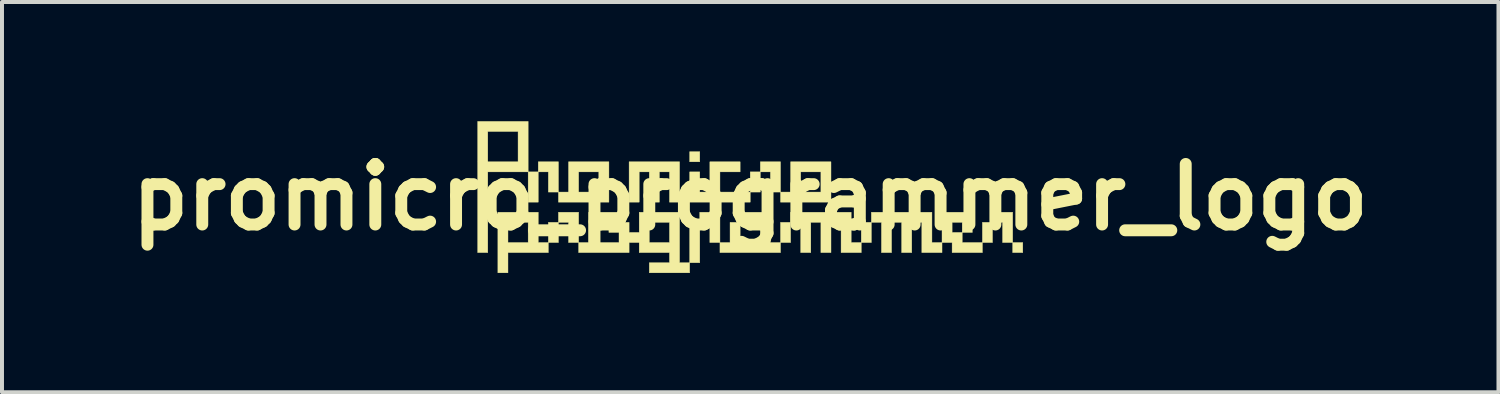
<source format=kicad_pcb>
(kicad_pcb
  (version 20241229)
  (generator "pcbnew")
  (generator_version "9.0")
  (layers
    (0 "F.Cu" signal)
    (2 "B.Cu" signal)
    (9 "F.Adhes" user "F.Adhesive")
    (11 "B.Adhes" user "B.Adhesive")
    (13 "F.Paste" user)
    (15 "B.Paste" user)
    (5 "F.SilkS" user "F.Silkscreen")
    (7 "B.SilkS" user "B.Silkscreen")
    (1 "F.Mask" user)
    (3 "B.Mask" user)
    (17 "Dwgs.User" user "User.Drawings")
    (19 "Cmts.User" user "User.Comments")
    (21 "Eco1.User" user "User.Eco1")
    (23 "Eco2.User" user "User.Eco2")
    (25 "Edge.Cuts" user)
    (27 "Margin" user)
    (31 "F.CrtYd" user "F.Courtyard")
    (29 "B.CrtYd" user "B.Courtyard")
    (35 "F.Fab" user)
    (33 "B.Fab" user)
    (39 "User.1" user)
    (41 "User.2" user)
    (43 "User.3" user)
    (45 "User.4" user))
  (footprint "promicro_programmer_logo"
    (layer "F.Cu")
    (at 15.828 1.91)
    (property "Reference" "promicro_programmer_logo" (at 0 0 0) (layer "F.SilkS") (effects (font (size 1.524 1.524) (thickness 0.3))))
    (attr through_hole)
    (fp_poly (pts (xy -5.334 0.127) (xy -5.588 0.127) (xy -5.588 -0.635) (xy -5.334 -0.635) (xy -5.334 0.127)) (stroke (width 0.01) (type solid)) (fill yes) (layer "F.SilkS"))
    (fp_poly (pts (xy -4.826 1.143) (xy -5.08 1.143) (xy -5.08 0.635) (xy -4.826 0.635) (xy -4.826 1.143)) (stroke (width 0.01) (type solid)) (fill yes) (layer "F.SilkS"))
    (fp_poly (pts (xy -1.27 -0.889) (xy -1.524 -0.889) (xy -1.524 -1.143) (xy -1.27 -1.143) (xy -1.27 -0.889)) (stroke (width 0.01) (type solid)) (fill yes) (layer "F.SilkS"))
    (fp_poly (pts (xy -1.27 1.651) (xy -1.524 1.651) (xy -1.524 0.635) (xy -1.27 0.635) (xy -1.27 1.651)) (stroke (width 0.01) (type solid)) (fill yes) (layer "F.SilkS"))
    (fp_poly (pts (xy 0.254 -0.127) (xy 0 -0.127) (xy 0 -0.635) (xy 0.254 -0.635) (xy 0.254 -0.127)) (stroke (width 0.01) (type solid)) (fill yes) (layer "F.SilkS"))
    (fp_poly (pts (xy 1.016 1.143) (xy 0.762 1.143) (xy 0.762 0.635) (xy 1.016 0.635) (xy 1.016 1.143)) (stroke (width 0.01) (type solid)) (fill yes) (layer "F.SilkS"))
    (fp_poly (pts (xy 3.048 1.143) (xy 2.794 1.143) (xy 2.794 0.635) (xy 3.048 0.635) (xy 3.048 1.143)) (stroke (width 0.01) (type solid)) (fill yes) (layer "F.SilkS"))
    (fp_poly (pts (xy 6.096 1.143) (xy 5.842 1.143) (xy 5.842 0.635) (xy 6.096 0.635) (xy 6.096 1.143)) (stroke (width 0.01) (type solid)) (fill yes) (layer "F.SilkS"))
    (fp_poly (pts (xy 6.858 1.397) (xy 6.604 1.397) (xy 6.604 1.143) (xy 6.858 1.143) (xy 6.858 1.397)) (stroke (width 0.01) (type solid)) (fill yes) (layer "F.SilkS"))
    (fp_poly (pts (xy -5.334 -0.889) (xy -4.826 -0.889) (xy -4.826 -0.127) (xy -5.08 -0.127) (xy -5.08 -0.635) (xy -5.334 -0.635) (xy -5.334 -0.889)) (stroke (width 0.01) (type solid)) (fill yes) (layer "F.SilkS"))
    (fp_poly (pts (xy -4.826 0.381) (xy -4.318 0.381) (xy -4.318 1.143) (xy -4.572 1.143) (xy -4.572 0.635) (xy -4.826 0.635) (xy -4.826 0.381)) (stroke (width 0.01) (type solid)) (fill yes) (layer "F.SilkS"))
    (fp_poly (pts (xy -1.27 0.381) (xy -0.762 0.381) (xy -0.762 1.143) (xy -1.016 1.143) (xy -1.016 0.635) (xy -1.27 0.635) (xy -1.27 0.381)) (stroke (width 0.01) (type solid)) (fill yes) (layer "F.SilkS"))
    (fp_poly (pts (xy 0.254 -0.889) (xy 0.762 -0.889) (xy 0.762 -0.127) (xy 0.508 -0.127) (xy 0.508 -0.635) (xy 0.254 -0.635) (xy 0.254 -0.889)) (stroke (width 0.01) (type solid)) (fill yes) (layer "F.SilkS"))
    (fp_poly (pts (xy 6.096 0.381) (xy 6.604 0.381) (xy 6.604 1.143) (xy 6.35 1.143) (xy 6.35 0.635) (xy 6.096 0.635) (xy 6.096 0.381)) (stroke (width 0.01) (type solid)) (fill yes) (layer "F.SilkS"))
    (fp_poly (pts (xy -5.588 -0.635) (xy -6.604 -0.635) (xy -6.604 1.397) (xy -6.858 1.397) (xy -6.858 -1.651) (xy -6.604 -1.651) (xy -6.604 -0.889) (xy -5.842 -0.889) (xy -5.842 -1.651) (xy -6.604 -1.651) (xy -6.858 -1.651) (xy -6.858 -1.905) (xy -5.588 -1.905) (xy -5.588 -0.635)) (stroke (width 0.01) (type solid)) (fill yes) (layer "F.SilkS"))
    (fp_poly (pts (xy -3.556 0.127) (xy -4.826 0.127) (xy -4.826 -0.127) (xy -4.572 -0.127) (xy -4.572 -0.635) (xy -4.318 -0.635) (xy -4.318 -0.127) (xy -3.81 -0.127) (xy -3.81 -0.635) (xy -4.318 -0.635) (xy -4.572 -0.635) (xy -4.572 -0.889) (xy -3.556 -0.889) (xy -3.556 0.127)) (stroke (width 0.01) (type solid)) (fill yes) (layer "F.SilkS"))
    (fp_poly (pts (xy 2.032 0.127) (xy 0.762 0.127) (xy 0.762 -0.127) (xy 1.016 -0.127) (xy 1.016 -0.635) (xy 1.27 -0.635) (xy 1.27 -0.127) (xy 1.778 -0.127) (xy 1.778 -0.635) (xy 1.27 -0.635) (xy 1.016 -0.635) (xy 1.016 -0.889) (xy 2.032 -0.889) (xy 2.032 0.127)) (stroke (width 0.01) (type solid)) (fill yes) (layer "F.SilkS"))
    (fp_poly (pts (xy 0.508 1.143) (xy 0.762 1.143) (xy 0.762 1.397) (xy -0.762 1.397) (xy -0.762 1.143) (xy -0.508 1.143) (xy -0.508 0.635) (xy -0.254 0.635) (xy -0.254 1.143) (xy 0.254 1.143) (xy 0.254 0.635) (xy -0.254 0.635) (xy -0.254 0.381) (xy 0.508 0.381) (xy 0.508 1.143)) (stroke (width 0.01) (type solid)) (fill yes) (layer "F.SilkS"))
    (fp_poly (pts (xy -5.334 1.143) (xy -5.08 1.143) (xy -5.08 1.397) (xy -6.096 1.397) (xy -6.096 1.905) (xy -6.35 1.905) (xy -6.35 0.635) (xy -6.096 0.635) (xy -6.096 1.143) (xy -5.588 1.143) (xy -5.588 0.635) (xy -6.096 0.635) (xy -6.35 0.635) (xy -6.35 0.381) (xy -5.334 0.381) (xy -5.334 1.143)) (stroke (width 0.01) (type solid)) (fill yes) (layer "F.SilkS"))
    (fp_poly (pts (xy 1.016 0.381) (xy 2.54 0.381) (xy 2.54 1.143) (xy 2.794 1.143) (xy 2.794 1.397) (xy 2.286 1.397) (xy 2.286 0.635) (xy 2.032 0.635) (xy 2.032 1.397) (xy 1.778 1.397) (xy 1.778 0.635) (xy 1.524 0.635) (xy 1.524 1.397) (xy 1.27 1.397) (xy 1.27 0.635) (xy 1.016 0.635) (xy 1.016 0.381)) (stroke (width 0.01) (type solid)) (fill yes) (layer "F.SilkS"))
    (fp_poly (pts (xy 3.048 0.381) (xy 4.572 0.381) (xy 4.572 1.143) (xy 4.826 1.143) (xy 4.826 1.397) (xy 4.318 1.397) (xy 4.318 0.635) (xy 4.064 0.635) (xy 4.064 1.397) (xy 3.81 1.397) (xy 3.81 0.635) (xy 3.556 0.635) (xy 3.556 1.397) (xy 3.302 1.397) (xy 3.302 0.635) (xy 3.048 0.635) (xy 3.048 0.381)) (stroke (width 0.01) (type solid)) (fill yes) (layer "F.SilkS"))
    (fp_poly (pts (xy 5.588 0.889) (xy 5.334 0.889) (xy 5.334 1.143) (xy 5.842 1.143) (xy 5.842 1.397) (xy 5.08 1.397) (xy 5.08 1.143) (xy 4.826 1.143) (xy 4.826 0.635) (xy 5.08 0.635) (xy 5.08 0.889) (xy 5.334 0.889) (xy 5.334 0.635) (xy 5.08 0.635) (xy 4.826 0.635) (xy 4.826 0.381) (xy 5.588 0.381) (xy 5.588 0.889)) (stroke (width 0.01) (type solid)) (fill yes) (layer "F.SilkS"))
    (fp_poly (pts (xy -1.778 -0.127) (xy -1.524 -0.127) (xy -1.524 -0.635) (xy -1.27 -0.635) (xy -1.27 -0.127) (xy -1.016 -0.127) (xy -1.016 -0.889) (xy -0.254 -0.889) (xy -0.254 -0.635) (xy -0.762 -0.635) (xy -0.762 -0.127) (xy 0 -0.127) (xy 0 0.127) (xy -2.032 0.127) (xy -2.032 -0.635) (xy -2.286 -0.635) (xy -2.286 0.127) (xy -2.54 0.127) (xy -2.54 -0.635) (xy -2.794 -0.635) (xy -2.794 0.127) (xy -3.048 0.127) (xy -3.048 -0.889) (xy -1.778 -0.889) (xy -1.778 -0.127)) (stroke (width 0.01) (type solid)) (fill yes) (layer "F.SilkS"))
    (fp_poly (pts (xy -3.302 0.635) (xy -3.048 0.635) (xy -3.048 0.889) (xy -2.794 0.889) (xy -2.794 0.635) (xy -2.54 0.635) (xy -2.54 1.143) (xy -2.032 1.143) (xy -2.032 0.635) (xy -2.54 0.635) (xy -2.794 0.635) (xy -2.794 0.381) (xy -1.778 0.381) (xy -1.778 1.651) (xy -1.524 1.651) (xy -1.524 1.905) (xy -2.54 1.905) (xy -2.54 1.651) (xy -2.032 1.651) (xy -2.032 1.397) (xy -2.794 1.397) (xy -2.794 1.143) (xy -3.048 1.143) (xy -3.048 1.397) (xy -4.318 1.397) (xy -4.318 1.143) (xy -4.064 1.143) (xy -4.064 0.635) (xy -3.81 0.635) (xy -3.81 1.143) (xy -3.302 1.143) (xy -3.302 0.889) (xy -3.556 0.889) (xy -3.556 0.635) (xy -3.81 0.635) (xy -4.064 0.635) (xy -4.064 0.381) (xy -3.302 0.381) (xy -3.302 0.635)) (stroke (width 0.01) (type solid)) (fill yes) (layer "F.SilkS")))
  (gr_rect
    (start -3 -3)
    (end 34.656 6.82)
    (stroke (width 0.1) (type default))
    (fill no)
    (layer "Edge.Cuts")))
</source>
